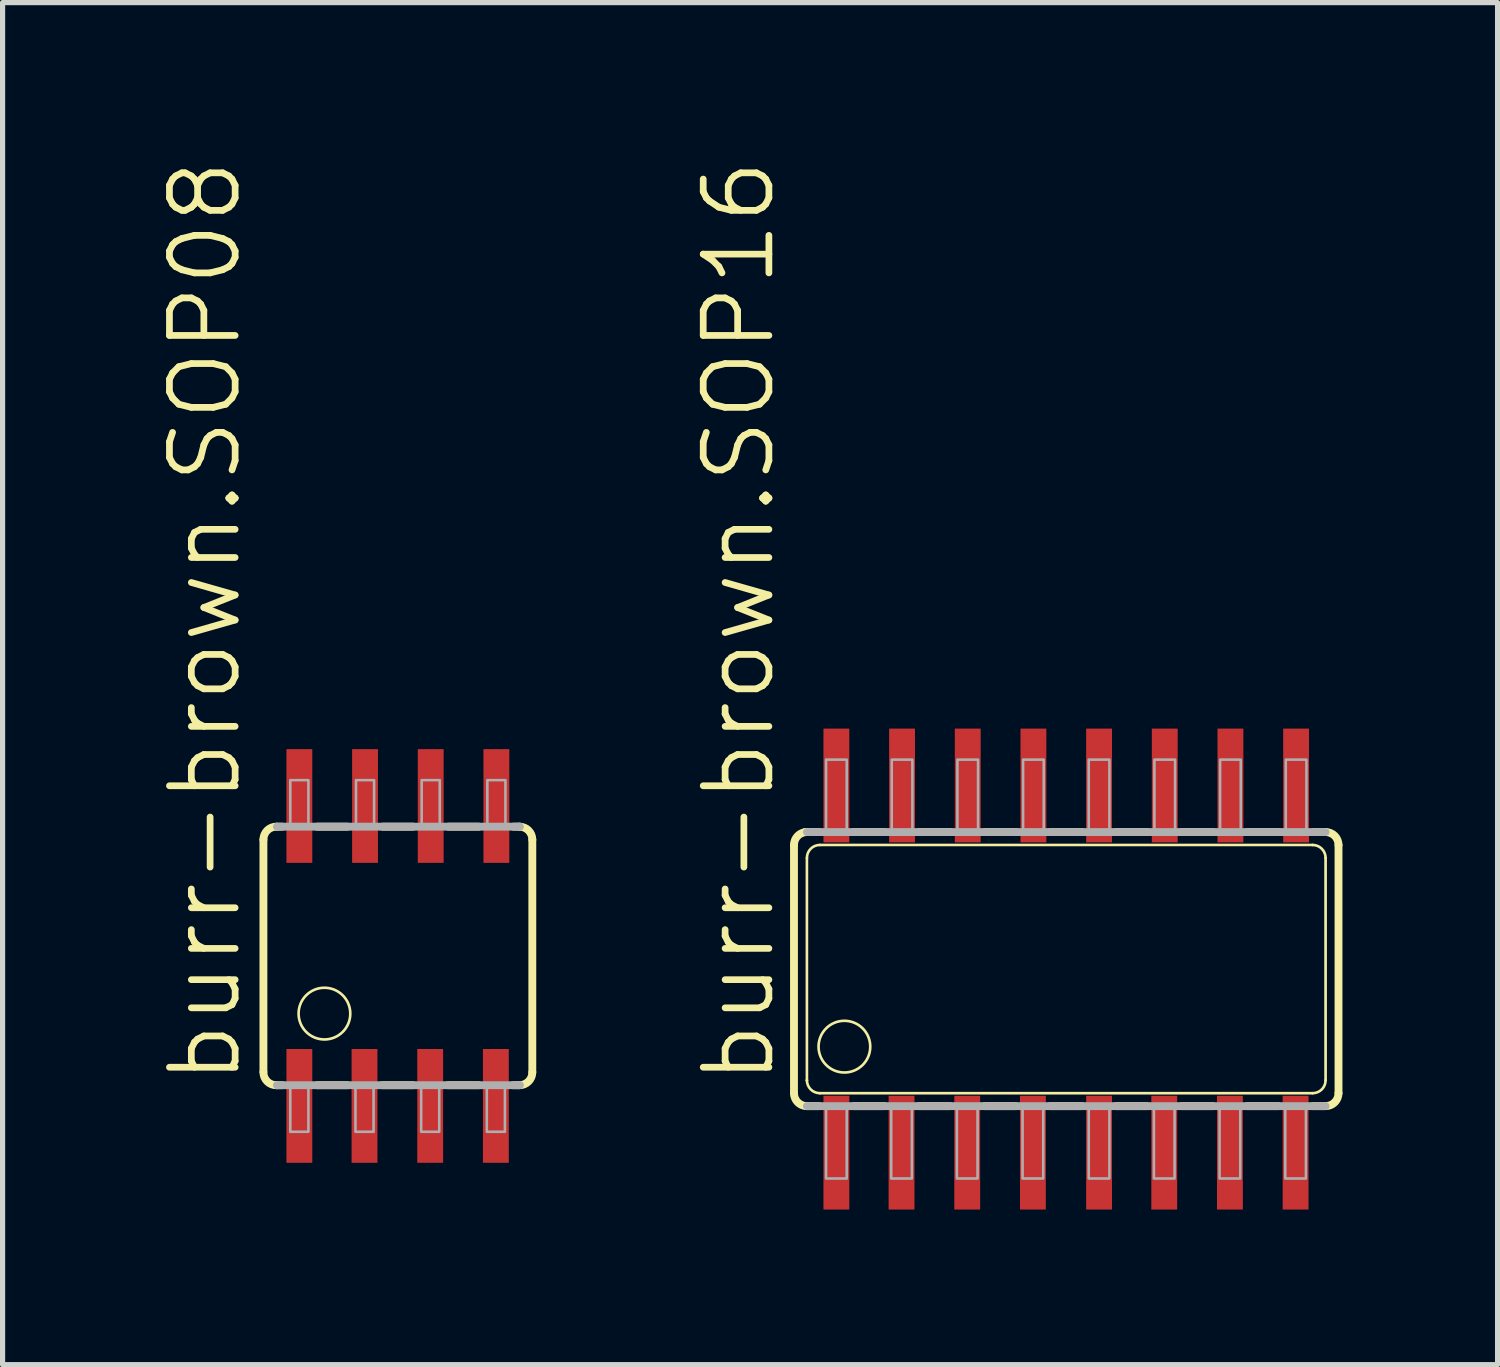
<source format=kicad_pcb>
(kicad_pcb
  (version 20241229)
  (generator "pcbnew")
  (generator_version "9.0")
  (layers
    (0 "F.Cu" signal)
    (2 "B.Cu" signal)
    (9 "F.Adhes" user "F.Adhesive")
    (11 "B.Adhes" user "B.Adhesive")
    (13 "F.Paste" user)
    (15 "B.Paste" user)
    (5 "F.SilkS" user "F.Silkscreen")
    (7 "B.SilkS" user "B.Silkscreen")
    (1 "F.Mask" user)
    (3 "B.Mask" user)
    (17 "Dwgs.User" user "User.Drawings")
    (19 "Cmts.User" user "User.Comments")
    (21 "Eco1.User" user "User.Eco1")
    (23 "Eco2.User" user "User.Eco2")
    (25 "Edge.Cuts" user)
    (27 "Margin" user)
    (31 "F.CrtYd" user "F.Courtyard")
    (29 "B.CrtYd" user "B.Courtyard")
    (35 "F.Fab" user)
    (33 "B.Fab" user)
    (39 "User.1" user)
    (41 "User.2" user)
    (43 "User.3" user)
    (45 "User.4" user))
  (footprint "burr-brown.SOP08"
    (layer "F.Cu")
    (at 4.644 15.436)
    (property "Reference" "burr-brown.SOP08" (at -2.985 2.54 90) (layer "F.SilkS") (effects (font (size 1.27 1.27) (thickness 0.13)) (justify left bottom)))
    (attr smd)
    (fp_line (start -2.6 -2.25) (end -2.6 2.24) (stroke (width 0.152) (type default)) (layer "F.SilkS"))
    (fp_line (start -2.235 -2.5) (end -2.34 -2.5) (stroke (width 0.152) (type default)) (layer "F.SilkS"))
    (fp_line (start -2.235 2.5) (end -2.34 2.5) (stroke (width 0.152) (type default)) (layer "F.SilkS"))
    (fp_line (start -1.565 -2.5) (end -0.975 -2.5) (stroke (width 0.152) (type default)) (layer "F.SilkS"))
    (fp_line (start -0.975 2.5) (end -1.565 2.5) (stroke (width 0.152) (type default)) (layer "F.SilkS"))
    (fp_line (start -0.295 -2.5) (end 0.295 -2.5) (stroke (width 0.152) (type default)) (layer "F.SilkS"))
    (fp_line (start 0.295 2.5) (end -0.305 2.5) (stroke (width 0.152) (type default)) (layer "F.SilkS"))
    (fp_line (start 0.975 -2.5) (end 1.565 -2.5) (stroke (width 0.152) (type default)) (layer "F.SilkS"))
    (fp_line (start 1.565 2.5) (end 0.965 2.5) (stroke (width 0.152) (type default)) (layer "F.SilkS"))
    (fp_line (start 2.225 2.5) (end 2.33 2.5) (stroke (width 0.152) (type default)) (layer "F.SilkS"))
    (fp_line (start 2.235 -2.5) (end 2.36 -2.5) (stroke (width 0.152) (type default)) (layer "F.SilkS"))
    (fp_line (start 2.6 2.25) (end 2.6 -2.25) (stroke (width 0.152) (type default)) (layer "F.SilkS"))
    (fp_arc (start -2.6 -2.25) (mid -2.526777 -2.426777) (end -2.35 -2.5) (stroke (width 0.1524) (type default)) (layer "F.SilkS"))
    (fp_arc (start -2.35 2.5) (mid -2.526777 2.426777) (end -2.6 2.25) (stroke (width 0.1524) (type default)) (layer "F.SilkS"))
    (fp_arc (start 2.35 -2.5) (mid 2.526777 -2.426777) (end 2.6 -2.25) (stroke (width 0.1524) (type default)) (layer "F.SilkS"))
    (fp_arc (start 2.6 2.25) (mid 2.526777 2.426777) (end 2.35 2.5) (stroke (width 0.1524) (type default)) (layer "F.SilkS"))
    (fp_circle (center -1.42 1.115) (end -0.92 1.115) (stroke (width 0.051) (type default)) (fill no) (layer "F.SilkS"))
    (fp_line (start -2.34 -2.5) (end 2.36 -2.5) (stroke (width 0.152) (type default)) (layer "F.Fab"))
    (fp_line (start 2.36 2.5) (end -2.34 2.5) (stroke (width 0.152) (type default)) (layer "F.Fab"))
    (fp_rect (start -2.08 -2.5) (end -1.73 -3.4) (stroke (width 0.05) (type default)) (fill no) (layer "F.Fab"))
    (fp_rect (start -2.08 3.4) (end -1.73 2.5) (stroke (width 0.05) (type default)) (fill no) (layer "F.Fab"))
    (fp_rect (start -0.82 3.4) (end -0.47 2.5) (stroke (width 0.05) (type default)) (fill no) (layer "F.Fab"))
    (fp_rect (start -0.81 -2.5) (end -0.46 -3.4) (stroke (width 0.05) (type default)) (fill no) (layer "F.Fab"))
    (fp_rect (start 0.45 3.4) (end 0.8 2.5) (stroke (width 0.05) (type default)) (fill no) (layer "F.Fab"))
    (fp_rect (start 0.46 -2.5) (end 0.81 -3.4) (stroke (width 0.05) (type default)) (fill no) (layer "F.Fab"))
    (fp_rect (start 1.72 3.4) (end 2.07 2.5) (stroke (width 0.05) (type default)) (fill no) (layer "F.Fab"))
    (fp_rect (start 1.73 -2.5) (end 2.08 -3.4) (stroke (width 0.05) (type default)) (fill no) (layer "F.Fab"))
    (pad "1" smd roundrect (at -1.905 2.9) (size 0.5 2.2) (layers "F.Cu" "F.Mask" "F.Paste") (roundrect_rratio 0.01))
    (pad "2" smd roundrect (at -0.645 2.9) (size 0.5 2.2) (layers "F.Cu" "F.Mask" "F.Paste") (roundrect_rratio 0.01))
    (pad "3" smd roundrect (at 0.625 2.9) (size 0.5 2.2) (layers "F.Cu" "F.Mask" "F.Paste") (roundrect_rratio 0.01))
    (pad "4" smd roundrect (at 1.895 2.9) (size 0.5 2.2) (layers "F.Cu" "F.Mask" "F.Paste") (roundrect_rratio 0.01))
    (pad "5" smd roundrect (at 1.905 -2.9) (size 0.5 2.2) (layers "F.Cu" "F.Mask" "F.Paste") (roundrect_rratio 0.01))
    (pad "6" smd roundrect (at 0.635 -2.9) (size 0.5 2.2) (layers "F.Cu" "F.Mask" "F.Paste") (roundrect_rratio 0.01))
    (pad "7" smd roundrect (at -0.635 -2.9) (size 0.5 2.2) (layers "F.Cu" "F.Mask" "F.Paste") (roundrect_rratio 0.01))
    (pad "8" smd roundrect (at -1.905 -2.9) (size 0.5 2.2) (layers "F.Cu" "F.Mask" "F.Paste") (roundrect_rratio 0.01)))
  (footprint "burr-brown.SOP16"
    (layer "F.Cu")
    (at 17.569 15.69)
    (property "Reference" "burr-brown.SOP16" (at -5.588 2.286 90) (layer "F.SilkS") (effects (font (size 1.27 1.27) (thickness 0.13)) (justify left bottom)))
    (attr smd)
    (fp_line (start -5.265 2.4) (end -5.265 -2.4) (stroke (width 0.152) (type default)) (layer "F.SilkS"))
    (fp_line (start -5.05 -2.65) (end -4.775 -2.65) (stroke (width 0.152) (type default)) (layer "F.SilkS"))
    (fp_line (start -5.02 2.65) (end -4.775 2.65) (stroke (width 0.152) (type default)) (layer "F.SilkS"))
    (fp_line (start -5.015 2.15) (end -5.015 -2.15) (stroke (width 0.051) (type default)) (layer "F.SilkS"))
    (fp_line (start -5.015 2.153) (end -5.015 2.15) (stroke (width 0.051) (type default)) (layer "F.SilkS"))
    (fp_line (start -4.764 -2.4) (end 4.765 -2.4) (stroke (width 0.051) (type default)) (layer "F.SilkS"))
    (fp_line (start -4.115 -2.65) (end -3.505 -2.65) (stroke (width 0.152) (type default)) (layer "F.SilkS"))
    (fp_line (start -4.115 2.65) (end -3.515 2.65) (stroke (width 0.152) (type default)) (layer "F.SilkS"))
    (fp_line (start -2.855 2.65) (end -2.245 2.65) (stroke (width 0.152) (type default)) (layer "F.SilkS"))
    (fp_line (start -2.845 -2.65) (end -2.235 -2.65) (stroke (width 0.152) (type default)) (layer "F.SilkS"))
    (fp_line (start -1.585 2.65) (end -0.975 2.65) (stroke (width 0.152) (type default)) (layer "F.SilkS"))
    (fp_line (start -1.575 -2.65) (end -0.965 -2.65) (stroke (width 0.152) (type default)) (layer "F.SilkS"))
    (fp_line (start -0.315 2.65) (end 0.305 2.65) (stroke (width 0.152) (type default)) (layer "F.SilkS"))
    (fp_line (start 0.305 -2.65) (end -0.305 -2.65) (stroke (width 0.152) (type default)) (layer "F.SilkS"))
    (fp_line (start 0.965 -2.65) (end 1.575 -2.65) (stroke (width 0.152) (type default)) (layer "F.SilkS"))
    (fp_line (start 0.965 2.65) (end 1.565 2.65) (stroke (width 0.152) (type default)) (layer "F.SilkS"))
    (fp_line (start 2.225 2.65) (end 2.835 2.65) (stroke (width 0.152) (type default)) (layer "F.SilkS"))
    (fp_line (start 2.845 -2.65) (end 2.235 -2.65) (stroke (width 0.152) (type default)) (layer "F.SilkS"))
    (fp_line (start 3.495 2.65) (end 4.105 2.65) (stroke (width 0.152) (type default)) (layer "F.SilkS"))
    (fp_line (start 4.115 -2.65) (end 3.505 -2.65) (stroke (width 0.152) (type default)) (layer "F.SilkS"))
    (fp_line (start 4.765 2.4) (end -4.762 2.4) (stroke (width 0.051) (type default)) (layer "F.SilkS"))
    (fp_line (start 4.765 2.65) (end 5.01 2.65) (stroke (width 0.152) (type default)) (layer "F.SilkS"))
    (fp_line (start 5.015 -2.15) (end 5.015 2.15) (stroke (width 0.051) (type default)) (layer "F.SilkS"))
    (fp_line (start 5.02 -2.65) (end 4.775 -2.65) (stroke (width 0.152) (type default)) (layer "F.SilkS"))
    (fp_line (start 5.265 -2.4) (end 5.265 2.4) (stroke (width 0.152) (type default)) (layer "F.SilkS"))
    (fp_arc (start -5.265 -2.4) (mid -5.191777 -2.576777) (end -5.015 -2.65) (stroke (width 0.1524) (type default)) (layer "F.SilkS"))
    (fp_arc (start -5.02 2.65) (mid -5.193553 2.575032) (end -5.265 2.4) (stroke (width 0.1524) (type default)) (layer "F.SilkS"))
    (fp_arc (start -5.015 -2.15) (mid -4.941429 -2.327166) (end -4.764 -2.4001) (stroke (width 0.0508) (type default)) (layer "F.SilkS"))
    (fp_arc (start -5.015 2.65) (mid -5.0175 2.650012) (end -5.02 2.65) (stroke (width 0.1524) (type default)) (layer "F.SilkS"))
    (fp_arc (start -4.765 2.3999) (mid -4.941777 2.326677) (end -5.015 2.1499) (stroke (width 0.0508) (type default)) (layer "F.SilkS"))
    (fp_arc (start 4.765 -2.4) (mid 4.941777 -2.326777) (end 5.015 -2.15) (stroke (width 0.0508) (type default)) (layer "F.SilkS"))
    (fp_arc (start 5.015 -2.65) (mid 5.0175 -2.650012) (end 5.02 -2.65) (stroke (width 0.1524) (type default)) (layer "F.SilkS"))
    (fp_arc (start 5.015 2.15) (mid 4.941777 2.326777) (end 4.765 2.4) (stroke (width 0.0508) (type default)) (layer "F.SilkS"))
    (fp_arc (start 5.02 -2.65) (mid 5.193553 -2.575032) (end 5.265 -2.4) (stroke (width 0.1524) (type default)) (layer "F.SilkS"))
    (fp_arc (start 5.265 2.4) (mid 5.191777 2.576777) (end 5.015 2.65) (stroke (width 0.1524) (type default)) (layer "F.SilkS"))
    (fp_circle (center -4.29 1.5) (end -3.79 1.5) (stroke (width 0.051) (type default)) (fill no) (layer "F.SilkS"))
    (fp_line (start -5.015 -2.65) (end 5.015 -2.65) (stroke (width 0.152) (type default)) (layer "F.Fab"))
    (fp_line (start 5.015 2.65) (end -5.015 2.65) (stroke (width 0.152) (type default)) (layer "F.Fab"))
    (fp_rect (start -4.645 -2.65) (end -4.245 -4.05) (stroke (width 0.05) (type default)) (fill no) (layer "F.Fab"))
    (fp_rect (start -4.645 4.05) (end -4.245 2.65) (stroke (width 0.05) (type default)) (fill no) (layer "F.Fab"))
    (fp_rect (start -3.385 4.05) (end -2.985 2.65) (stroke (width 0.05) (type default)) (fill no) (layer "F.Fab"))
    (fp_rect (start -3.375 -2.65) (end -2.975 -4.05) (stroke (width 0.05) (type default)) (fill no) (layer "F.Fab"))
    (fp_rect (start -2.115 4.05) (end -1.715 2.65) (stroke (width 0.05) (type default)) (fill no) (layer "F.Fab"))
    (fp_rect (start -2.105 -2.65) (end -1.705 -4.05) (stroke (width 0.05) (type default)) (fill no) (layer "F.Fab"))
    (fp_rect (start -0.845 4.05) (end -0.445 2.65) (stroke (width 0.05) (type default)) (fill no) (layer "F.Fab"))
    (fp_rect (start -0.835 -2.65) (end -0.435 -4.05) (stroke (width 0.05) (type default)) (fill no) (layer "F.Fab"))
    (fp_rect (start 0.435 -2.65) (end 0.835 -4.05) (stroke (width 0.05) (type default)) (fill no) (layer "F.Fab"))
    (fp_rect (start 0.435 4.05) (end 0.835 2.65) (stroke (width 0.05) (type default)) (fill no) (layer "F.Fab"))
    (fp_rect (start 1.695 4.05) (end 2.095 2.65) (stroke (width 0.05) (type default)) (fill no) (layer "F.Fab"))
    (fp_rect (start 1.705 -2.65) (end 2.105 -4.05) (stroke (width 0.05) (type default)) (fill no) (layer "F.Fab"))
    (fp_rect (start 2.965 4.05) (end 3.365 2.65) (stroke (width 0.05) (type default)) (fill no) (layer "F.Fab"))
    (fp_rect (start 2.975 -2.65) (end 3.375 -4.05) (stroke (width 0.05) (type default)) (fill no) (layer "F.Fab"))
    (fp_rect (start 4.235 4.05) (end 4.635 2.65) (stroke (width 0.05) (type default)) (fill no) (layer "F.Fab"))
    (fp_rect (start 4.245 -2.65) (end 4.645 -4.05) (stroke (width 0.05) (type default)) (fill no) (layer "F.Fab"))
    (pad "1" smd roundrect (at -4.445 3.55) (size 0.5 2.2) (layers "F.Cu" "F.Mask" "F.Paste") (roundrect_rratio 0.01))
    (pad "2" smd roundrect (at -3.185 3.55) (size 0.5 2.2) (layers "F.Cu" "F.Mask" "F.Paste") (roundrect_rratio 0.01))
    (pad "3" smd roundrect (at -1.915 3.55) (size 0.5 2.2) (layers "F.Cu" "F.Mask" "F.Paste") (roundrect_rratio 0.01))
    (pad "4" smd roundrect (at -0.645 3.55) (size 0.5 2.2) (layers "F.Cu" "F.Mask" "F.Paste") (roundrect_rratio 0.01))
    (pad "5" smd roundrect (at 0.635 3.55) (size 0.5 2.2) (layers "F.Cu" "F.Mask" "F.Paste") (roundrect_rratio 0.01))
    (pad "6" smd roundrect (at 1.895 3.55) (size 0.5 2.2) (layers "F.Cu" "F.Mask" "F.Paste") (roundrect_rratio 0.01))
    (pad "7" smd roundrect (at 3.165 3.55) (size 0.5 2.2) (layers "F.Cu" "F.Mask" "F.Paste") (roundrect_rratio 0.01))
    (pad "8" smd roundrect (at 4.435 3.55) (size 0.5 2.2) (layers "F.Cu" "F.Mask" "F.Paste") (roundrect_rratio 0.01))
    (pad "9" smd roundrect (at 4.445 -3.55) (size 0.5 2.2) (layers "F.Cu" "F.Mask" "F.Paste") (roundrect_rratio 0.01))
    (pad "10" smd roundrect (at 3.175 -3.55) (size 0.5 2.2) (layers "F.Cu" "F.Mask" "F.Paste") (roundrect_rratio 0.01))
    (pad "11" smd roundrect (at 1.905 -3.55) (size 0.5 2.2) (layers "F.Cu" "F.Mask" "F.Paste") (roundrect_rratio 0.01))
    (pad "12" smd roundrect (at 0.635 -3.55) (size 0.5 2.2) (layers "F.Cu" "F.Mask" "F.Paste") (roundrect_rratio 0.01))
    (pad "13" smd roundrect (at -0.635 -3.55) (size 0.5 2.2) (layers "F.Cu" "F.Mask" "F.Paste") (roundrect_rratio 0.01))
    (pad "14" smd roundrect (at -1.905 -3.55) (size 0.5 2.2) (layers "F.Cu" "F.Mask" "F.Paste") (roundrect_rratio 0.01))
    (pad "15" smd roundrect (at -3.175 -3.55) (size 0.5 2.2) (layers "F.Cu" "F.Mask" "F.Paste") (roundrect_rratio 0.01))
    (pad "16" smd roundrect (at -4.445 -3.55) (size 0.5 2.2) (layers "F.Cu" "F.Mask" "F.Paste") (roundrect_rratio 0.01)))
  (gr_rect
    (start -3 -3)
    (end 25.91 23.34)
    (stroke (width 0.1) (type default))
    (fill no)
    (layer "Edge.Cuts")))
</source>
